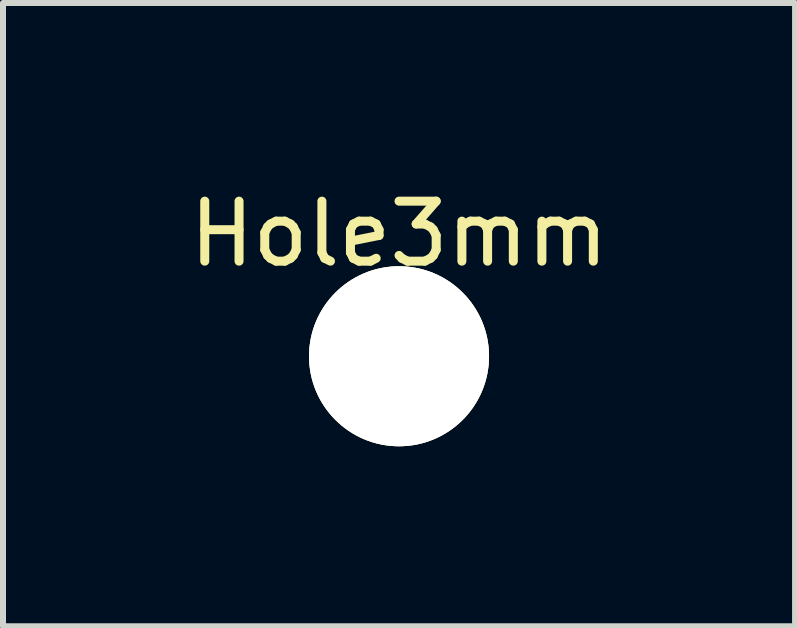
<source format=kicad_pcb>
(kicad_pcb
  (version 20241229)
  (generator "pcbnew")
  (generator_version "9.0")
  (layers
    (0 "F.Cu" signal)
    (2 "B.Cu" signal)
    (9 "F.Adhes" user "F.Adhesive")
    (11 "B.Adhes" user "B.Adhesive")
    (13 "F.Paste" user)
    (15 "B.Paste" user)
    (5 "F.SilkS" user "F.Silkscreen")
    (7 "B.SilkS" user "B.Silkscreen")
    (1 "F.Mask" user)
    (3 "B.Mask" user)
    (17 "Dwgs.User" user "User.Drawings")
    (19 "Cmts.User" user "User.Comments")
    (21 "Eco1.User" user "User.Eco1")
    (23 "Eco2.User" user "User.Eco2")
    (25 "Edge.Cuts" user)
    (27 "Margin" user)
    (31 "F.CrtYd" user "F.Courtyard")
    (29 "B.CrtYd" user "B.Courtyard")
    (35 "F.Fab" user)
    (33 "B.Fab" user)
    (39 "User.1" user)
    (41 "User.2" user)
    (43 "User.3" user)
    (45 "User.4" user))
  (footprint "Hole3mm"
    (layer "F.Cu")
    (at 3.601 0.348)
    (property "Reference" "Hole3mm" (at 0 0.5 0) (layer "F.SilkS") (effects (font (size 1 1) (thickness 0.15))))
    (attr through_hole)
    (pad "1" thru_hole circle (at 0 2.54) (size 3 3) (drill 3) (layers "*.Mask" "F.Cu" "F.SilkS")))
  (gr_rect
    (start -3 -3)
    (end 10.202 7.388)
    (stroke (width 0.1) (type default))
    (fill no)
    (layer "Edge.Cuts")))
</source>
